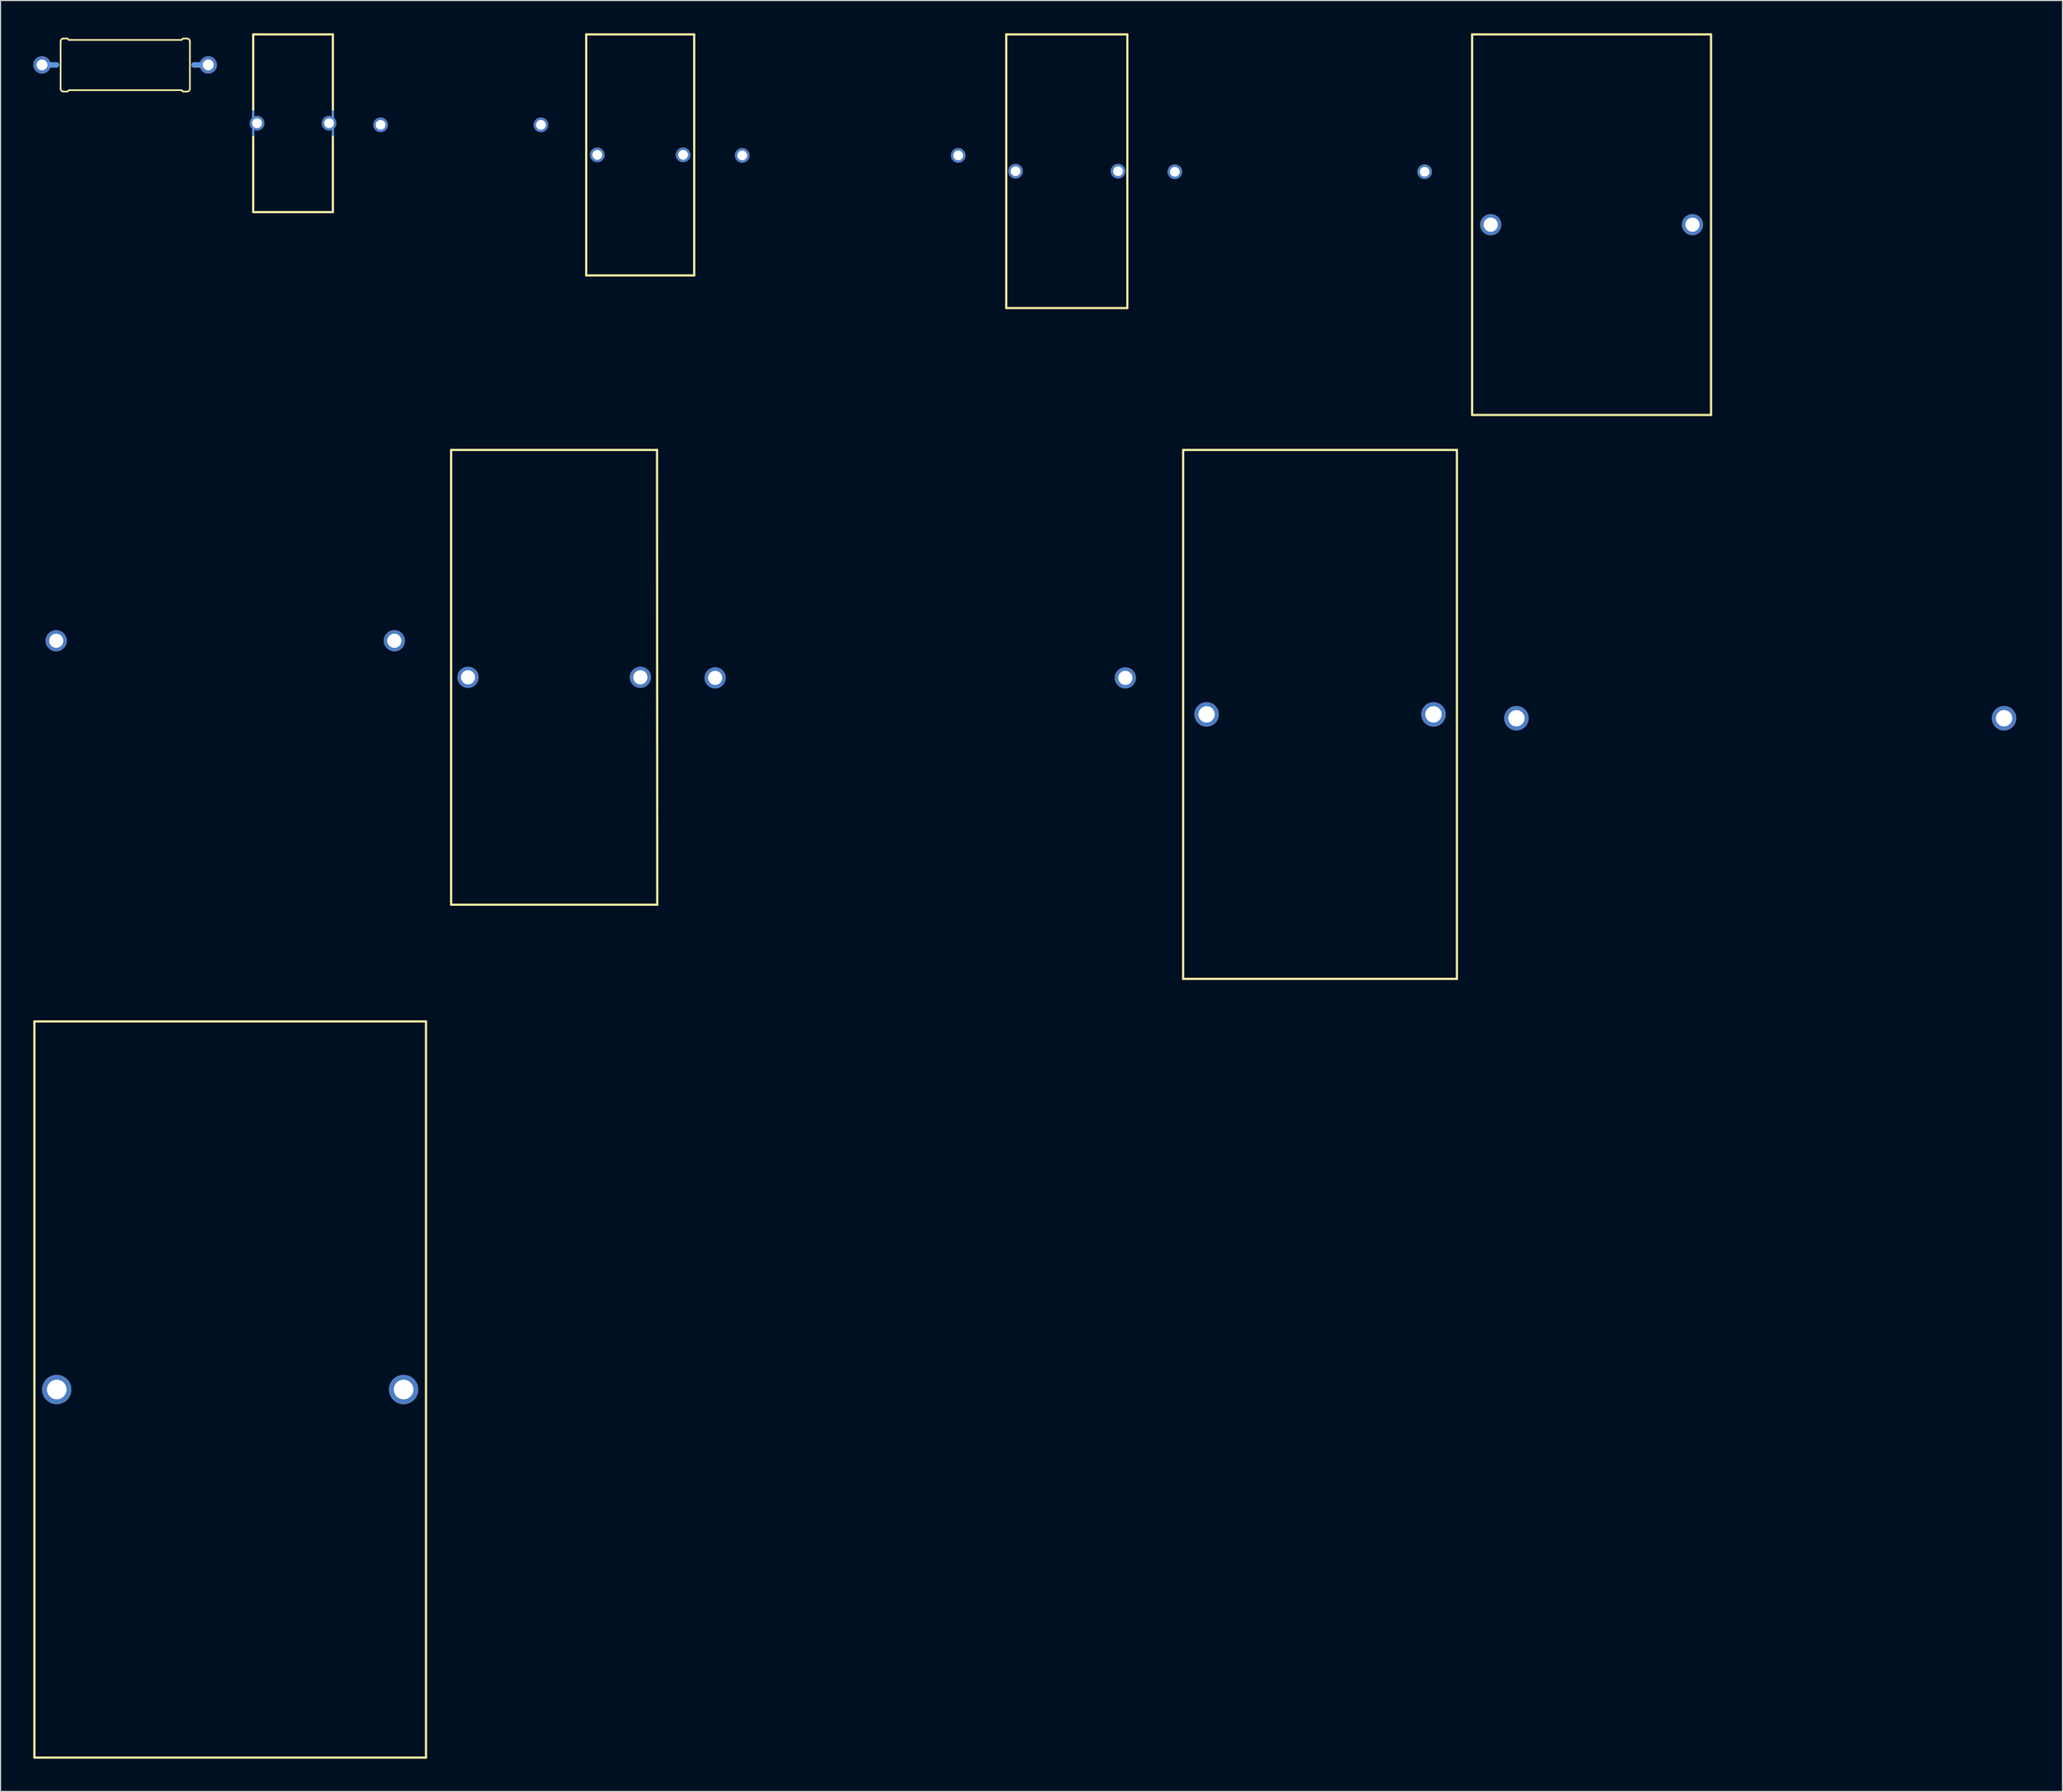
<source format=kicad_pcb>
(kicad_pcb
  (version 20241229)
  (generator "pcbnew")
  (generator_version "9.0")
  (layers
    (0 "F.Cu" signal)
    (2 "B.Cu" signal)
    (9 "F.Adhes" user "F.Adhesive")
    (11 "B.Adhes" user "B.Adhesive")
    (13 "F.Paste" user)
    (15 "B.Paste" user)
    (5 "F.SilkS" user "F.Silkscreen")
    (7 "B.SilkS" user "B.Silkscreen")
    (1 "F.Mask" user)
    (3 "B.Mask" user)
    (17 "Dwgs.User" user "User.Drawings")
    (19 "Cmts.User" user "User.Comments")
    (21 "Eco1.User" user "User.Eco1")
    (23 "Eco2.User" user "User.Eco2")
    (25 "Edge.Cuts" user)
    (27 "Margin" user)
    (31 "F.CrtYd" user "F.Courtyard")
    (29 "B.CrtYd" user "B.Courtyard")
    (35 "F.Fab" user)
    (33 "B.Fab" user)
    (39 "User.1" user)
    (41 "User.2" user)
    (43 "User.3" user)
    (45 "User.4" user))
  (footprint "TJ8-U1"
    (layer "F.Cu")
    (at 117.951 62.454)
    (property "Reference" "TJ8-U1" (at -1.27 1.27 90) (layer "Eco1.User") (effects (font (size 1.27 1.27) (thickness 0.102))))
    (attr through_hole)
    (fp_line (start -12.548 -24.249) (end 12.548 -24.249) (stroke (width 0.203) (type solid)) (layer "F.SilkS"))
    (fp_line (start -12.548 24.249) (end -12.548 -24.249) (stroke (width 0.203) (type solid)) (layer "F.SilkS"))
    (fp_line (start 12.548 -24.249) (end 12.548 24.249) (stroke (width 0.203) (type solid)) (layer "F.SilkS"))
    (fp_line (start 12.548 24.249) (end -12.548 24.249) (stroke (width 0.203) (type solid)) (layer "F.SilkS"))
    (pad "1" thru_hole oval (at -10.399 0) (size 2.248 2.248) (drill 1.499) (layers "*.Cu" "*.Mask"))
    (pad "2" thru_hole oval (at 10.399 0) (size 2.248 2.248) (drill 1.499) (layers "*.Cu" "*.Mask")))
  (footprint "TJ4-U2"
    (layer "F.Cu")
    (at 74.885 11.201)
    (property "Reference" "TJ4-U2" (at -2.54 0 0) (layer "Eco1.User") (effects (font (size 1.27 1.27) (thickness 0.102))))
    (attr through_hole)
    (fp_circle (center 0 0) (end 11.1 0) (stroke (width 0.203) (type solid)) (fill no) (layer "Eco1.User"))
    (pad "1" thru_hole oval (at -9.898 0) (size 1.349 1.349) (drill 0.899) (layers "*.Cu" "*.Mask"))
    (pad "2" thru_hole oval (at 9.898 0) (size 1.349 1.349) (drill 0.899) (layers "*.Cu" "*.Mask")))
  (footprint "TJ3-U2"
    (layer "F.Cu")
    (at 39.185 8.4)
    (property "Reference" "TJ3-U2" (at -2.54 0 0) (layer "Eco1.User") (effects (font (size 1.27 1.27) (thickness 0.102))))
    (attr through_hole)
    (fp_circle (center 0 0) (end 8.298 0) (stroke (width 0.203) (type solid)) (fill no) (layer "Eco1.User"))
    (pad "1" thru_hole oval (at -7.348 0) (size 1.349 1.349) (drill 0.899) (layers "*.Cu" "*.Mask"))
    (pad "2" thru_hole oval (at 7.348 0) (size 1.349 1.349) (drill 0.899) (layers "*.Cu" "*.Mask")))
  (footprint "TJ6-U2"
    (layer "F.Cu")
    (at 17.6 55.702)
    (property "Reference" "TJ6-U2" (at -2.54 0 0) (layer "Eco1.User") (effects (font (size 1.27 1.27) (thickness 0.102))))
    (attr through_hole)
    (fp_circle (center 0 0) (end 17.498 0) (stroke (width 0.203) (type solid)) (fill no) (layer "Eco1.User"))
    (pad "1" thru_hole oval (at -15.499 0) (size 1.946 1.946) (drill 1.298) (layers "*.Cu" "*.Mask"))
    (pad "2" thru_hole oval (at 15.499 0) (size 1.946 1.946) (drill 1.298) (layers "*.Cu" "*.Mask")))
  (footprint "TJ7-U1"
    (layer "F.Cu")
    (at 47.75 59.053)
    (property "Reference" "TJ7-U1" (at -1.27 1.27 90) (layer "Eco1.User") (effects (font (size 1.27 1.27) (thickness 0.102))))
    (attr through_hole)
    (fp_line (start -9.449 -20.848) (end 9.428 -20.848) (stroke (width 0.203) (type solid)) (layer "F.SilkS"))
    (fp_line (start -9.449 20.848) (end -9.449 -20.848) (stroke (width 0.203) (type solid)) (layer "F.SilkS"))
    (fp_line (start 9.428 -20.848) (end 9.449 20.848) (stroke (width 0.203) (type solid)) (layer "F.SilkS"))
    (fp_line (start 9.449 20.848) (end -9.449 20.848) (stroke (width 0.203) (type solid)) (layer "F.SilkS"))
    (pad "1" thru_hole oval (at -7.899 0) (size 1.946 1.946) (drill 1.298) (layers "*.Cu" "*.Mask"))
    (pad "2" thru_hole oval (at 7.899 0) (size 1.946 1.946) (drill 1.298) (layers "*.Cu" "*.Mask")))
  (footprint "TJ9-U1"
    (layer "F.Cu")
    (at 18.049 124.356)
    (property "Reference" "TJ9-U1" (at -1.27 1.27 90) (layer "Eco1.User") (effects (font (size 1.27 1.27) (thickness 0.102))))
    (attr through_hole)
    (fp_line (start -17.948 -33.749) (end 17.948 -33.749) (stroke (width 0.203) (type solid)) (layer "F.SilkS"))
    (fp_line (start -17.948 33.749) (end -17.948 -33.749) (stroke (width 0.203) (type solid)) (layer "F.SilkS"))
    (fp_line (start 17.948 -33.749) (end 17.948 33.749) (stroke (width 0.203) (type solid)) (layer "F.SilkS"))
    (fp_line (start 17.948 33.749) (end -17.948 33.749) (stroke (width 0.203) (type solid)) (layer "F.SilkS"))
    (pad "1" thru_hole oval (at -15.898 0) (size 2.697 2.697) (drill 1.798) (layers "*.Cu" "*.Mask"))
    (pad "2" thru_hole oval (at 15.898 0) (size 2.697 2.697) (drill 1.798) (layers "*.Cu" "*.Mask")))
  (footprint "TJ5-U2"
    (layer "F.Cu")
    (at 116.09 12.7)
    (property "Reference" "TJ5-U2" (at -2.54 0 0) (layer "Eco1.User") (effects (font (size 1.27 1.27) (thickness 0.102))))
    (attr through_hole)
    (fp_circle (center 0 0) (end 12.598 0) (stroke (width 0.203) (type solid)) (fill no) (layer "Eco1.User"))
    (pad "1" thru_hole oval (at -11.448 0) (size 1.349 1.349) (drill 0.899) (layers "*.Cu" "*.Mask"))
    (pad "2" thru_hole oval (at 11.448 0) (size 1.349 1.349) (drill 0.899) (layers "*.Cu" "*.Mask")))
  (footprint "TJ6-U1"
    (layer "F.Cu")
    (at 142.841 17.551)
    (property "Reference" "TJ6-U1" (at -1.27 1.27 90) (layer "Eco1.User") (effects (font (size 1.27 1.27) (thickness 0.102))))
    (attr through_hole)
    (fp_line (start -10.95 -17.45) (end 10.95 -17.45) (stroke (width 0.203) (type solid)) (layer "F.SilkS"))
    (fp_line (start -10.95 17.45) (end -10.95 -17.45) (stroke (width 0.203) (type solid)) (layer "F.SilkS"))
    (fp_line (start 10.95 -17.45) (end 10.95 17.45) (stroke (width 0.203) (type solid)) (layer "F.SilkS"))
    (fp_line (start 10.95 17.45) (end -10.95 17.45) (stroke (width 0.203) (type solid)) (layer "F.SilkS"))
    (pad "1" thru_hole oval (at -9.248 0) (size 1.946 1.946) (drill 1.298) (layers "*.Cu" "*.Mask"))
    (pad "2" thru_hole oval (at 9.248 0) (size 1.946 1.946) (drill 1.298) (layers "*.Cu" "*.Mask")))
  (footprint "TJ7-U2"
    (layer "F.Cu")
    (at 81.301 59.104)
    (property "Reference" "TJ7-U2" (at -2.54 0 0) (layer "Eco1.User") (effects (font (size 1.27 1.27) (thickness 0.102))))
    (attr through_hole)
    (fp_circle (center 0 0) (end 20.899 0) (stroke (width 0.203) (type solid)) (fill no) (layer "Eco1.User"))
    (pad "1" thru_hole oval (at -18.799 0) (size 1.946 1.946) (drill 1.298) (layers "*.Cu" "*.Mask"))
    (pad "2" thru_hole oval (at 18.799 0) (size 1.946 1.946) (drill 1.298) (layers "*.Cu" "*.Mask")))
  (footprint "TJ8-U2"
    (layer "F.Cu")
    (at 158.301 62.804)
    (property "Reference" "TJ8-U2" (at -2.54 0 0) (layer "Eco1.User") (effects (font (size 1.27 1.27) (thickness 0.102))))
    (attr through_hole)
    (fp_circle (center 0 0) (end 24.6 0) (stroke (width 0.203) (type solid)) (fill no) (layer "Eco1.User"))
    (pad "1" thru_hole oval (at -22.349 0) (size 2.248 2.248) (drill 1.499) (layers "*.Cu" "*.Mask"))
    (pad "2" thru_hole oval (at 22.349 0) (size 2.248 2.248) (drill 1.499) (layers "*.Cu" "*.Mask")))
  (footprint "TFI0510"
    (layer "F.Cu")
    (at 8.419 2.902)
    (property "Reference" "TFI0510" (at -0.559 -2.149 0) (layer "Eco1.User") (effects (font (size 0.991 0.991) (thickness 0.099))))
    (attr through_hole)
    (fp_line (start -5.913 2.187) (end -5.913 -2.162) (stroke (width 0.152) (type solid)) (layer "F.SilkS"))
    (fp_line (start -5.659 -2.416) (end -5.278 -2.416) (stroke (width 0.152) (type solid)) (layer "F.SilkS"))
    (fp_line (start -5.659 2.441) (end -5.278 2.441) (stroke (width 0.152) (type solid)) (layer "F.SilkS"))
    (fp_line (start -5.151 -2.289) (end -5.278 -2.416) (stroke (width 0.152) (type solid)) (layer "F.SilkS"))
    (fp_line (start -5.151 2.314) (end -5.278 2.441) (stroke (width 0.152) (type solid)) (layer "F.SilkS"))
    (fp_line (start 5.177 -2.289) (end -5.151 -2.289) (stroke (width 0.152) (type solid)) (layer "F.SilkS"))
    (fp_line (start 5.177 -2.289) (end 5.304 -2.416) (stroke (width 0.152) (type solid)) (layer "F.SilkS"))
    (fp_line (start 5.177 2.314) (end -5.151 2.314) (stroke (width 0.152) (type solid)) (layer "F.SilkS"))
    (fp_line (start 5.177 2.314) (end 5.304 2.441) (stroke (width 0.152) (type solid)) (layer "F.SilkS"))
    (fp_line (start 5.685 -2.416) (end 5.304 -2.416) (stroke (width 0.152) (type solid)) (layer "F.SilkS"))
    (fp_line (start 5.685 2.441) (end 5.304 2.441) (stroke (width 0.152) (type solid)) (layer "F.SilkS"))
    (fp_line (start 5.939 2.187) (end 5.939 -2.162) (stroke (width 0.152) (type solid)) (layer "F.SilkS"))
    (fp_arc (start -5.91312 -2.16154) (mid -5.838725 -2.341145) (end -5.65912 -2.41554) (stroke (width 0.1524) (type solid)) (layer "F.SilkS"))
    (fp_arc (start -5.65912 2.44094) (mid -5.838725 2.366545) (end -5.91312 2.18694) (stroke (width 0.1524) (type solid)) (layer "F.SilkS"))
    (fp_arc (start 5.68452 -2.41554) (mid 5.864125 -2.341145) (end 5.93852 -2.16154) (stroke (width 0.1524) (type solid)) (layer "F.SilkS"))
    (fp_arc (start 5.93852 2.18694) (mid 5.864125 2.366545) (end 5.68452 2.44094) (stroke (width 0.1524) (type solid)) (layer "F.SilkS"))
    (fp_line (start -7.62 0) (end -6.289 0) (stroke (width 0.508) (type solid)) (layer "Cmts.User"))
    (fp_line (start 7.62 0) (end 6.314 0) (stroke (width 0.508) (type solid)) (layer "Cmts.User"))
    (pad "1" thru_hole oval (at -7.62 0) (size 1.598 1.598) (drill 0.998) (layers "*.Cu" "*.Mask"))
    (pad "2" thru_hole oval (at 7.62 0) (size 1.598 1.598) (drill 0.998) (layers "*.Cu" "*.Mask")))
  (footprint "TJ4-U1"
    (layer "F.Cu")
    (at 55.634 11.151)
    (property "Reference" "TJ4-U1" (at -1.27 1.27 90) (layer "Eco1.User") (effects (font (size 1.27 1.27) (thickness 0.102))))
    (attr through_hole)
    (fp_line (start -4.948 -11.049) (end 4.948 -11.049) (stroke (width 0.203) (type solid)) (layer "F.SilkS"))
    (fp_line (start -4.948 11.049) (end -4.948 -11.049) (stroke (width 0.203) (type solid)) (layer "F.SilkS"))
    (fp_line (start 4.948 -11.049) (end 4.948 11.049) (stroke (width 0.203) (type solid)) (layer "F.SilkS"))
    (fp_line (start 4.948 11.049) (end -4.948 11.049) (stroke (width 0.203) (type solid)) (layer "F.SilkS"))
    (pad "1" thru_hole oval (at -3.934 0) (size 1.349 1.349) (drill 0.899) (layers "*.Cu" "*.Mask"))
    (pad "2" thru_hole oval (at 3.934 0) (size 1.349 1.349) (drill 0.899) (layers "*.Cu" "*.Mask")))
  (footprint "TJ5-U1"
    (layer "F.Cu")
    (at 94.738 12.649)
    (property "Reference" "TJ5-U1" (at -1.27 1.27 90) (layer "Eco1.User") (effects (font (size 1.27 1.27) (thickness 0.102))))
    (attr through_hole)
    (fp_line (start -5.55 -12.548) (end 5.55 -12.548) (stroke (width 0.203) (type solid)) (layer "F.SilkS"))
    (fp_line (start -5.55 12.548) (end -5.55 -12.548) (stroke (width 0.203) (type solid)) (layer "F.SilkS"))
    (fp_line (start 5.55 -12.548) (end 5.55 12.548) (stroke (width 0.203) (type solid)) (layer "F.SilkS"))
    (fp_line (start 5.55 12.548) (end -5.55 12.548) (stroke (width 0.203) (type solid)) (layer "F.SilkS"))
    (pad "1" thru_hole oval (at -4.699 0) (size 1.349 1.349) (drill 0.899) (layers "*.Cu" "*.Mask"))
    (pad "2" thru_hole oval (at 4.699 0) (size 1.349 1.349) (drill 0.899) (layers "*.Cu" "*.Mask")))
  (footprint "TJ3-U1"
    (layer "F.Cu")
    (at 23.811 8.25)
    (property "Reference" "TJ3-U1" (at -1.27 1.27 90) (layer "Eco1.User") (effects (font (size 1.27 1.27) (thickness 0.102))))
    (attr through_hole)
    (fp_line (start -3.65 -8.148) (end 3.65 -8.148) (stroke (width 0.203) (type solid)) (layer "F.SilkS"))
    (fp_line (start -3.65 -1.1) (end -3.65 -8.148) (stroke (width 0.203) (type solid)) (layer "F.SilkS"))
    (fp_line (start -3.65 8.148) (end -3.65 1.1) (stroke (width 0.203) (type solid)) (layer "F.SilkS"))
    (fp_line (start 3.65 -8.148) (end 3.65 -1.1) (stroke (width 0.203) (type solid)) (layer "F.SilkS"))
    (fp_line (start 3.65 1.1) (end 3.65 8.148) (stroke (width 0.203) (type solid)) (layer "F.SilkS"))
    (fp_line (start 3.65 8.148) (end -3.65 8.148) (stroke (width 0.203) (type solid)) (layer "F.SilkS"))
    (fp_line (start -3.65 1.1) (end -3.65 -1.1) (stroke (width 0.203) (type solid)) (layer "Cmts.User"))
    (fp_line (start 3.65 -1.1) (end 3.65 1.1) (stroke (width 0.203) (type solid)) (layer "Cmts.User"))
    (pad "1" thru_hole oval (at -3.299 0) (size 1.349 1.349) (drill 0.899) (layers "*.Cu" "*.Mask"))
    (pad "2" thru_hole oval (at 3.299 0) (size 1.349 1.349) (drill 0.899) (layers "*.Cu" "*.Mask")))
  (gr_rect
    (start -3 -3)
    (end 186.003 161.207)
    (stroke (width 0.1) (type default))
    (fill no)
    (layer "Edge.Cuts")))
</source>
